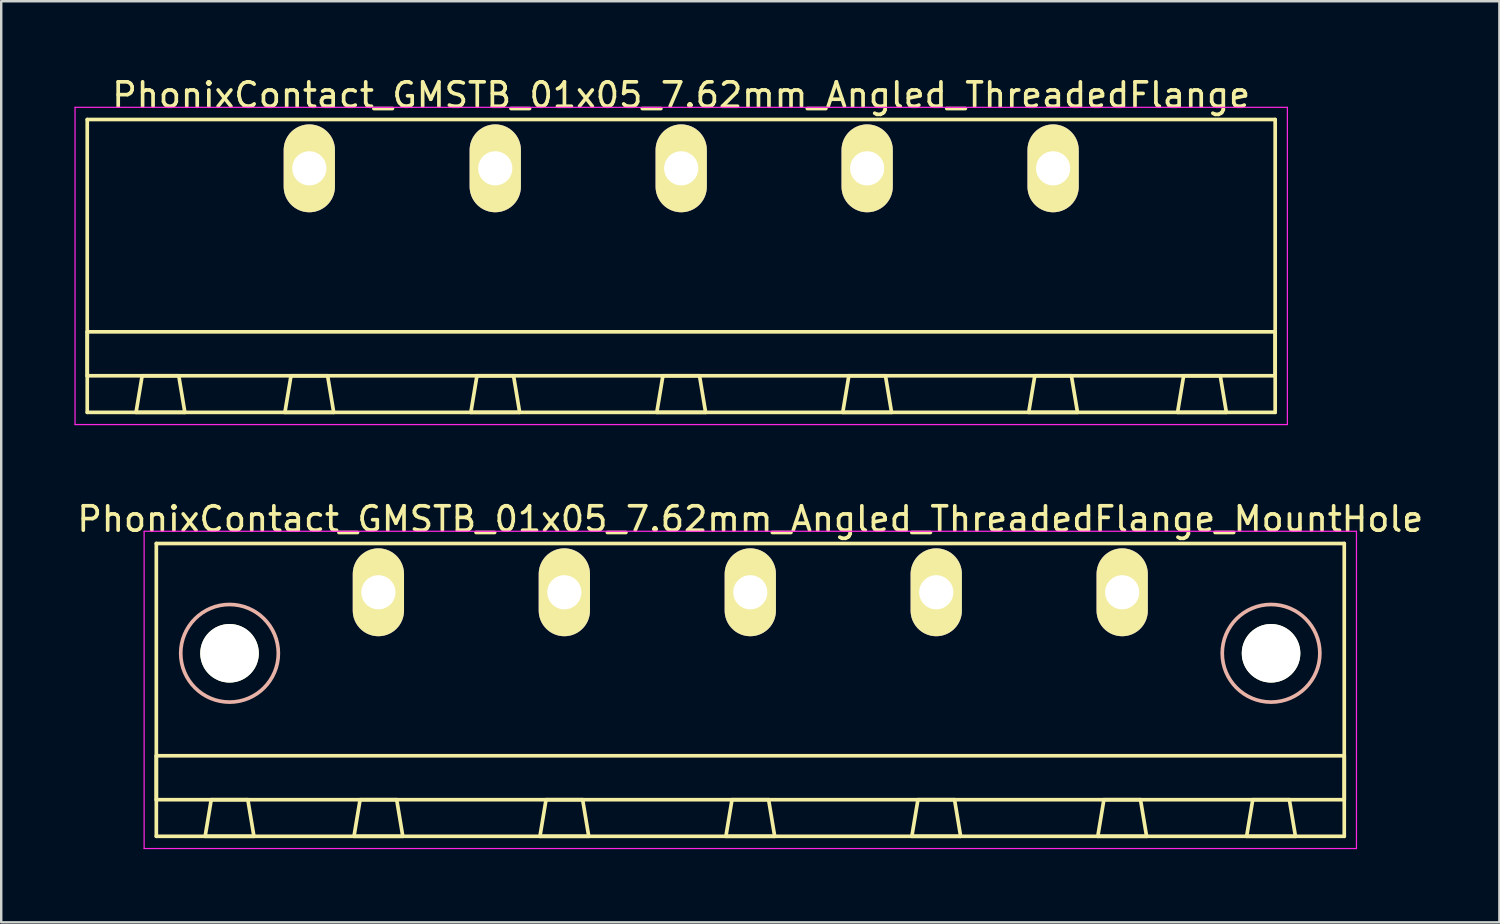
<source format=kicad_pcb>
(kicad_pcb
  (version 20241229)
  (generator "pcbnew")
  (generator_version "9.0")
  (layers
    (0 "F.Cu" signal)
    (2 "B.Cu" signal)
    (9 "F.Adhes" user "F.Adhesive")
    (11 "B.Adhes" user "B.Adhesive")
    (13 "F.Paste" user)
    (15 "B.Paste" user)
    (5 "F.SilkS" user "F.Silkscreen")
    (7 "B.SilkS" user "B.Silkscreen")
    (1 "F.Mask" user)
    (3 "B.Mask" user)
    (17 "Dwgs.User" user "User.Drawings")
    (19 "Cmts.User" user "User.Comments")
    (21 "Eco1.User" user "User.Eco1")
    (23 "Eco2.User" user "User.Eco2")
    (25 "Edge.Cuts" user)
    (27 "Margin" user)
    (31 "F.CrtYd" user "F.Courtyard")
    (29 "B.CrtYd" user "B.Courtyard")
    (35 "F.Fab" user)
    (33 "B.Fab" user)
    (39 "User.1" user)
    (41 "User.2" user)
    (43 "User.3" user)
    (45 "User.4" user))
  (footprint "PhonixContact_GMSTB_01x05_7.62mm_Angled_ThreadedFlange_MountHole"
    (layer "F.Cu")
    (at 12.456 21.221)
    (property "Reference" "PhonixContact_GMSTB_01x05_7.62mm_Angled_ThreadedFlange_MountHole" (at 15.24 -3 0) (layer "F.SilkS") (effects (font (size 1 1) (thickness 0.15))))
    (attr through_hole)
    (fp_line (start -9.1 -2) (end -9.1 10) (stroke (width 0.15) (type solid)) (layer "F.SilkS"))
    (fp_line (start -9.1 6.7) (end 39.58 6.7) (stroke (width 0.15) (type solid)) (layer "F.SilkS"))
    (fp_line (start -9.1 8.5) (end -9.1 6.7) (stroke (width 0.15) (type solid)) (layer "F.SilkS"))
    (fp_line (start -9.1 10) (end 39.58 10) (stroke (width 0.15) (type solid)) (layer "F.SilkS"))
    (fp_line (start -7.1 10) (end -5.1 10) (stroke (width 0.15) (type solid)) (layer "F.SilkS"))
    (fp_line (start -6.85 8.5) (end -7.1 10) (stroke (width 0.15) (type solid)) (layer "F.SilkS"))
    (fp_line (start -5.35 8.5) (end -6.85 8.5) (stroke (width 0.15) (type solid)) (layer "F.SilkS"))
    (fp_line (start -5.1 10) (end -5.35 8.5) (stroke (width 0.15) (type solid)) (layer "F.SilkS"))
    (fp_line (start -1 10) (end 1 10) (stroke (width 0.15) (type solid)) (layer "F.SilkS"))
    (fp_line (start -0.75 8.5) (end -1 10) (stroke (width 0.15) (type solid)) (layer "F.SilkS"))
    (fp_line (start 0.75 8.5) (end -0.75 8.5) (stroke (width 0.15) (type solid)) (layer "F.SilkS"))
    (fp_line (start 1 10) (end 0.75 8.5) (stroke (width 0.15) (type solid)) (layer "F.SilkS"))
    (fp_line (start 6.62 10) (end 8.62 10) (stroke (width 0.15) (type solid)) (layer "F.SilkS"))
    (fp_line (start 6.87 8.5) (end 6.62 10) (stroke (width 0.15) (type solid)) (layer "F.SilkS"))
    (fp_line (start 8.37 8.5) (end 6.87 8.5) (stroke (width 0.15) (type solid)) (layer "F.SilkS"))
    (fp_line (start 8.62 10) (end 8.37 8.5) (stroke (width 0.15) (type solid)) (layer "F.SilkS"))
    (fp_line (start 14.24 10) (end 16.24 10) (stroke (width 0.15) (type solid)) (layer "F.SilkS"))
    (fp_line (start 14.49 8.5) (end 14.24 10) (stroke (width 0.15) (type solid)) (layer "F.SilkS"))
    (fp_line (start 15.99 8.5) (end 14.49 8.5) (stroke (width 0.15) (type solid)) (layer "F.SilkS"))
    (fp_line (start 16.24 10) (end 15.99 8.5) (stroke (width 0.15) (type solid)) (layer "F.SilkS"))
    (fp_line (start 21.86 10) (end 23.86 10) (stroke (width 0.15) (type solid)) (layer "F.SilkS"))
    (fp_line (start 22.11 8.5) (end 21.86 10) (stroke (width 0.15) (type solid)) (layer "F.SilkS"))
    (fp_line (start 23.61 8.5) (end 22.11 8.5) (stroke (width 0.15) (type solid)) (layer "F.SilkS"))
    (fp_line (start 23.86 10) (end 23.61 8.5) (stroke (width 0.15) (type solid)) (layer "F.SilkS"))
    (fp_line (start 29.48 10) (end 31.48 10) (stroke (width 0.15) (type solid)) (layer "F.SilkS"))
    (fp_line (start 29.73 8.5) (end 29.48 10) (stroke (width 0.15) (type solid)) (layer "F.SilkS"))
    (fp_line (start 31.23 8.5) (end 29.73 8.5) (stroke (width 0.15) (type solid)) (layer "F.SilkS"))
    (fp_line (start 31.48 10) (end 31.23 8.5) (stroke (width 0.15) (type solid)) (layer "F.SilkS"))
    (fp_line (start 35.58 10) (end 37.58 10) (stroke (width 0.15) (type solid)) (layer "F.SilkS"))
    (fp_line (start 35.83 8.5) (end 35.58 10) (stroke (width 0.15) (type solid)) (layer "F.SilkS"))
    (fp_line (start 37.33 8.5) (end 35.83 8.5) (stroke (width 0.15) (type solid)) (layer "F.SilkS"))
    (fp_line (start 37.58 10) (end 37.33 8.5) (stroke (width 0.15) (type solid)) (layer "F.SilkS"))
    (fp_line (start 39.58 -2) (end -9.1 -2) (stroke (width 0.15) (type solid)) (layer "F.SilkS"))
    (fp_line (start 39.58 6.7) (end 39.58 8.5) (stroke (width 0.15) (type solid)) (layer "F.SilkS"))
    (fp_line (start 39.58 8.5) (end -9.1 8.5) (stroke (width 0.15) (type solid)) (layer "F.SilkS"))
    (fp_line (start 39.58 10) (end 39.58 -2) (stroke (width 0.15) (type solid)) (layer "F.SilkS"))
    (fp_circle (center -6.1 2.5) (end -4.1 2.5) (stroke (width 0.15) (type solid)) (fill no) (layer "B.SilkS"))
    (fp_circle (center 36.58 2.5) (end 38.58 2.5) (stroke (width 0.15) (type solid)) (fill no) (layer "B.SilkS"))
    (fp_line (start -9.6 -2.5) (end -9.6 10.5) (stroke (width 0.05) (type solid)) (layer "F.CrtYd"))
    (fp_line (start -9.6 10.5) (end 40.08 10.5) (stroke (width 0.05) (type solid)) (layer "F.CrtYd"))
    (fp_line (start 40.08 -2.5) (end -9.6 -2.5) (stroke (width 0.05) (type solid)) (layer "F.CrtYd"))
    (fp_line (start 40.08 10.5) (end 40.08 -2.5) (stroke (width 0.05) (type solid)) (layer "F.CrtYd"))
    (pad "" np_thru_hole circle (at -6.1 2.5) (size 2.4 2.4) (drill 2.4) (layers "*.Cu" "*.Mask" "F.SilkS"))
    (pad "" np_thru_hole circle (at 36.58 2.5) (size 2.4 2.4) (drill 2.4) (layers "*.Cu" "*.Mask" "F.SilkS"))
    (pad "1" thru_hole oval (at 0 0) (size 2.1 3.6) (drill 1.4) (layers "*.Cu" "*.Mask" "F.SilkS"))
    (pad "2" thru_hole oval (at 7.62 0) (size 2.1 3.6) (drill 1.4) (layers "*.Cu" "*.Mask" "F.SilkS"))
    (pad "3" thru_hole oval (at 15.24 0) (size 2.1 3.6) (drill 1.4) (layers "*.Cu" "*.Mask" "F.SilkS"))
    (pad "4" thru_hole oval (at 22.86 0) (size 2.1 3.6) (drill 1.4) (layers "*.Cu" "*.Mask" "F.SilkS"))
    (pad "5" thru_hole oval (at 30.48 0) (size 2.1 3.6) (drill 1.4) (layers "*.Cu" "*.Mask" "F.SilkS")))
  (footprint "PhonixContact_GMSTB_01x05_7.62mm_Angled_ThreadedFlange"
    (layer "F.Cu")
    (at 9.625 3.848)
    (property "Reference" "PhonixContact_GMSTB_01x05_7.62mm_Angled_ThreadedFlange" (at 15.24 -3 0) (layer "F.SilkS") (effects (font (size 1 1) (thickness 0.15))))
    (attr through_hole)
    (fp_line (start -9.1 -2) (end -9.1 10) (stroke (width 0.15) (type solid)) (layer "F.SilkS"))
    (fp_line (start -9.1 6.7) (end 39.58 6.7) (stroke (width 0.15) (type solid)) (layer "F.SilkS"))
    (fp_line (start -9.1 8.5) (end -9.1 6.7) (stroke (width 0.15) (type solid)) (layer "F.SilkS"))
    (fp_line (start -9.1 10) (end 39.58 10) (stroke (width 0.15) (type solid)) (layer "F.SilkS"))
    (fp_line (start -7.1 10) (end -5.1 10) (stroke (width 0.15) (type solid)) (layer "F.SilkS"))
    (fp_line (start -6.85 8.5) (end -7.1 10) (stroke (width 0.15) (type solid)) (layer "F.SilkS"))
    (fp_line (start -5.35 8.5) (end -6.85 8.5) (stroke (width 0.15) (type solid)) (layer "F.SilkS"))
    (fp_line (start -5.1 10) (end -5.35 8.5) (stroke (width 0.15) (type solid)) (layer "F.SilkS"))
    (fp_line (start -1 10) (end 1 10) (stroke (width 0.15) (type solid)) (layer "F.SilkS"))
    (fp_line (start -0.75 8.5) (end -1 10) (stroke (width 0.15) (type solid)) (layer "F.SilkS"))
    (fp_line (start 0.75 8.5) (end -0.75 8.5) (stroke (width 0.15) (type solid)) (layer "F.SilkS"))
    (fp_line (start 1 10) (end 0.75 8.5) (stroke (width 0.15) (type solid)) (layer "F.SilkS"))
    (fp_line (start 6.62 10) (end 8.62 10) (stroke (width 0.15) (type solid)) (layer "F.SilkS"))
    (fp_line (start 6.87 8.5) (end 6.62 10) (stroke (width 0.15) (type solid)) (layer "F.SilkS"))
    (fp_line (start 8.37 8.5) (end 6.87 8.5) (stroke (width 0.15) (type solid)) (layer "F.SilkS"))
    (fp_line (start 8.62 10) (end 8.37 8.5) (stroke (width 0.15) (type solid)) (layer "F.SilkS"))
    (fp_line (start 14.24 10) (end 16.24 10) (stroke (width 0.15) (type solid)) (layer "F.SilkS"))
    (fp_line (start 14.49 8.5) (end 14.24 10) (stroke (width 0.15) (type solid)) (layer "F.SilkS"))
    (fp_line (start 15.99 8.5) (end 14.49 8.5) (stroke (width 0.15) (type solid)) (layer "F.SilkS"))
    (fp_line (start 16.24 10) (end 15.99 8.5) (stroke (width 0.15) (type solid)) (layer "F.SilkS"))
    (fp_line (start 21.86 10) (end 23.86 10) (stroke (width 0.15) (type solid)) (layer "F.SilkS"))
    (fp_line (start 22.11 8.5) (end 21.86 10) (stroke (width 0.15) (type solid)) (layer "F.SilkS"))
    (fp_line (start 23.61 8.5) (end 22.11 8.5) (stroke (width 0.15) (type solid)) (layer "F.SilkS"))
    (fp_line (start 23.86 10) (end 23.61 8.5) (stroke (width 0.15) (type solid)) (layer "F.SilkS"))
    (fp_line (start 29.48 10) (end 31.48 10) (stroke (width 0.15) (type solid)) (layer "F.SilkS"))
    (fp_line (start 29.73 8.5) (end 29.48 10) (stroke (width 0.15) (type solid)) (layer "F.SilkS"))
    (fp_line (start 31.23 8.5) (end 29.73 8.5) (stroke (width 0.15) (type solid)) (layer "F.SilkS"))
    (fp_line (start 31.48 10) (end 31.23 8.5) (stroke (width 0.15) (type solid)) (layer "F.SilkS"))
    (fp_line (start 35.58 10) (end 37.58 10) (stroke (width 0.15) (type solid)) (layer "F.SilkS"))
    (fp_line (start 35.83 8.5) (end 35.58 10) (stroke (width 0.15) (type solid)) (layer "F.SilkS"))
    (fp_line (start 37.33 8.5) (end 35.83 8.5) (stroke (width 0.15) (type solid)) (layer "F.SilkS"))
    (fp_line (start 37.58 10) (end 37.33 8.5) (stroke (width 0.15) (type solid)) (layer "F.SilkS"))
    (fp_line (start 39.58 -2) (end -9.1 -2) (stroke (width 0.15) (type solid)) (layer "F.SilkS"))
    (fp_line (start 39.58 6.7) (end 39.58 8.5) (stroke (width 0.15) (type solid)) (layer "F.SilkS"))
    (fp_line (start 39.58 8.5) (end -9.1 8.5) (stroke (width 0.15) (type solid)) (layer "F.SilkS"))
    (fp_line (start 39.58 10) (end 39.58 -2) (stroke (width 0.15) (type solid)) (layer "F.SilkS"))
    (fp_line (start -9.6 -2.5) (end -9.6 10.5) (stroke (width 0.05) (type solid)) (layer "F.CrtYd"))
    (fp_line (start -9.6 10.5) (end 40.08 10.5) (stroke (width 0.05) (type solid)) (layer "F.CrtYd"))
    (fp_line (start 40.08 -2.5) (end -9.6 -2.5) (stroke (width 0.05) (type solid)) (layer "F.CrtYd"))
    (fp_line (start 40.08 10.5) (end 40.08 -2.5) (stroke (width 0.05) (type solid)) (layer "F.CrtYd"))
    (pad "1" thru_hole oval (at 0 0) (size 2.1 3.6) (drill 1.4) (layers "*.Cu" "*.Mask" "F.SilkS"))
    (pad "2" thru_hole oval (at 7.62 0) (size 2.1 3.6) (drill 1.4) (layers "*.Cu" "*.Mask" "F.SilkS"))
    (pad "3" thru_hole oval (at 15.24 0) (size 2.1 3.6) (drill 1.4) (layers "*.Cu" "*.Mask" "F.SilkS"))
    (pad "4" thru_hole oval (at 22.86 0) (size 2.1 3.6) (drill 1.4) (layers "*.Cu" "*.Mask" "F.SilkS"))
    (pad "5" thru_hole oval (at 30.48 0) (size 2.1 3.6) (drill 1.4) (layers "*.Cu" "*.Mask" "F.SilkS")))
  (gr_rect
    (start -3 -3)
    (end 58.393 34.746)
    (stroke (width 0.1) (type default))
    (fill no)
    (layer "Edge.Cuts")))
</source>
